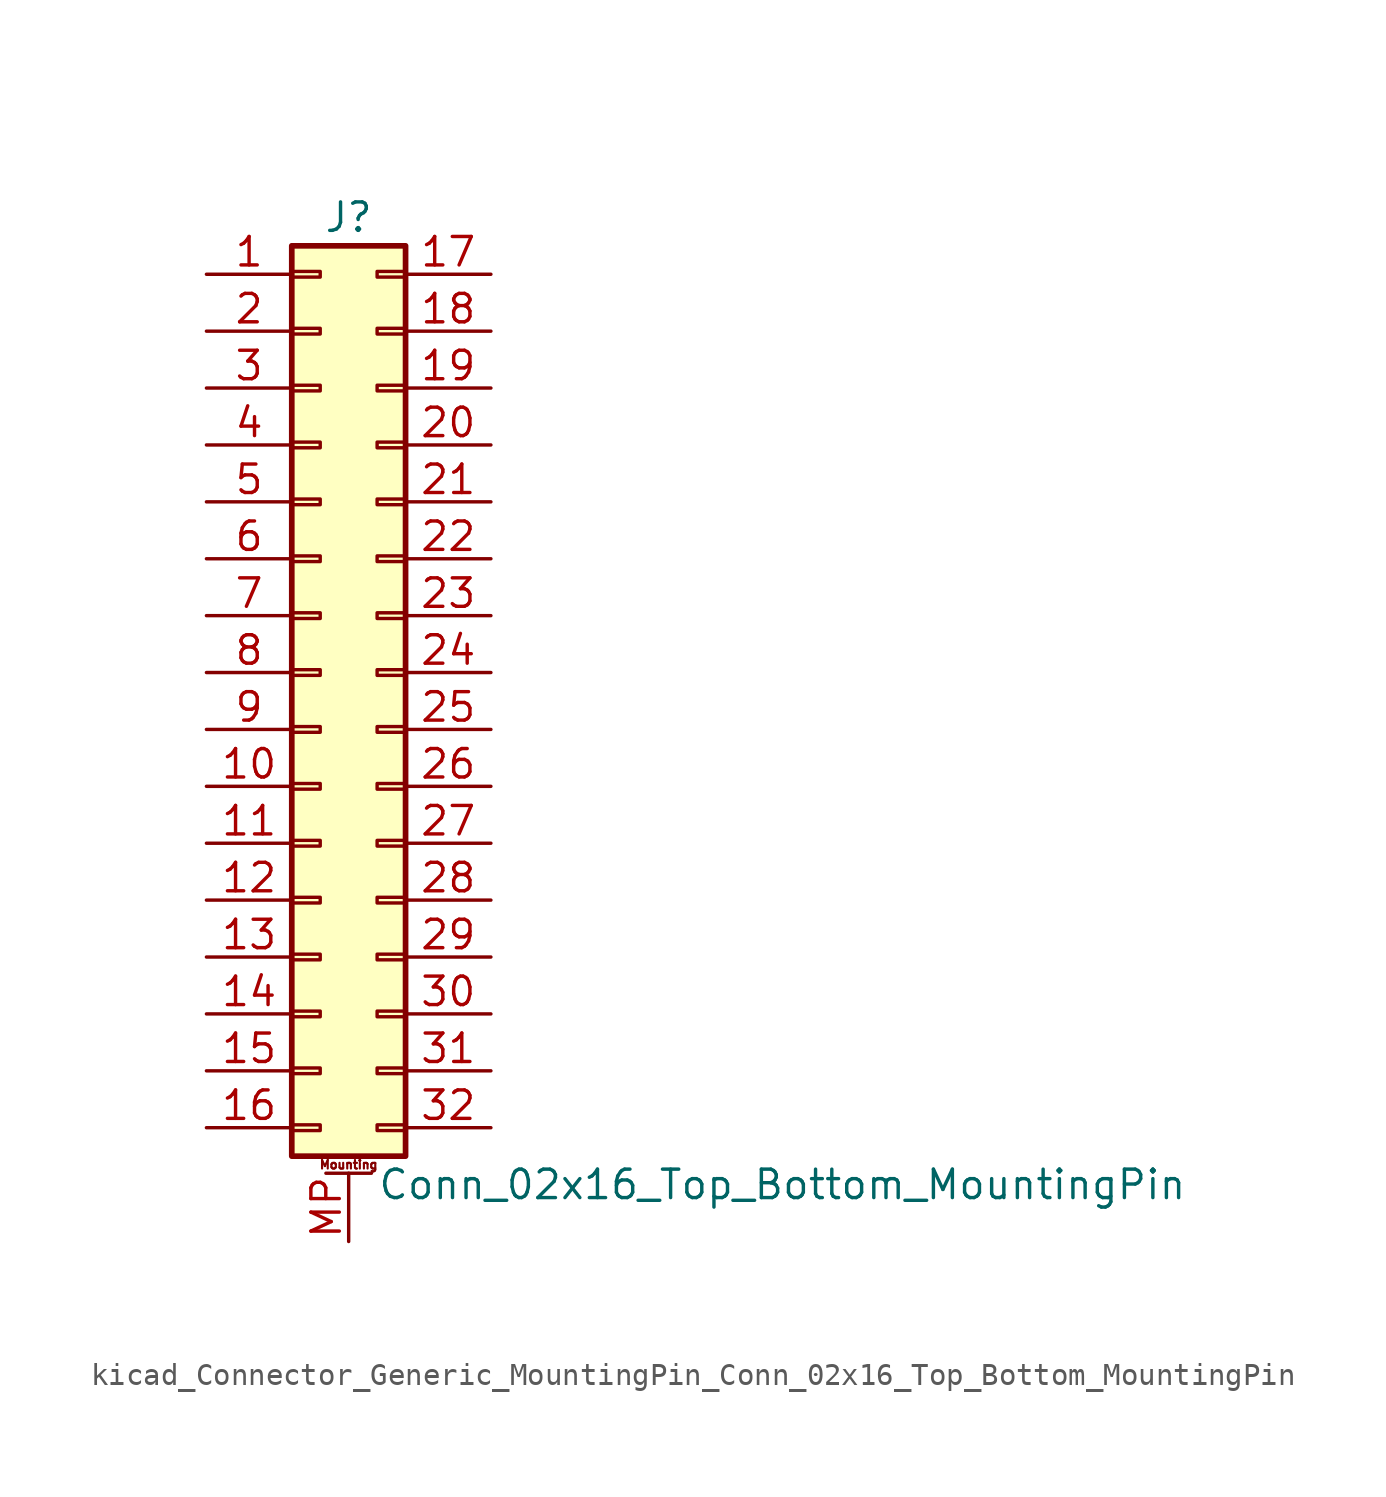
<source format=kicad_sym>
(kicad_symbol_lib
  (version 20220914)
  (generator kicad_symbol_editor)
  (symbol "kicad_Connector_Generic_MountingPin_Conn_02x16_Top_Bottom_MountingPin"
    (pin_names
      (offset 1.016) hide)
    (property "Reference" "J"
      (at 1.27 20.32 0)
      (effects (font (size 1.27 1.27))))
    (property "Value" "Conn_02x16_Top_Bottom_MountingPin"
      (at 2.54 -22.86 0)
      (effects (font (size 1.27 1.27)) (justify left)))
    (symbol "kicad_Connector_Generic_MountingPin_Conn_02x16_Top_Bottom_MountingPin_1_1"
      (rectangle (start -1.27 -20.193) (end 0 -20.447) (stroke (width 0.152) (type default)) (fill (type none)))
      (rectangle (start -1.27 -17.653) (end 0 -17.907) (stroke (width 0.152) (type default)) (fill (type none)))
      (rectangle (start -1.27 -15.113) (end 0 -15.367) (stroke (width 0.152) (type default)) (fill (type none)))
      (rectangle (start -1.27 -12.573) (end 0 -12.827) (stroke (width 0.152) (type default)) (fill (type none)))
      (rectangle (start -1.27 -10.033) (end 0 -10.287) (stroke (width 0.152) (type default)) (fill (type none)))
      (rectangle (start -1.27 -7.493) (end 0 -7.747) (stroke (width 0.152) (type default)) (fill (type none)))
      (rectangle (start -1.27 -4.953) (end 0 -5.207) (stroke (width 0.152) (type default)) (fill (type none)))
      (rectangle (start -1.27 -2.413) (end 0 -2.667) (stroke (width 0.152) (type default)) (fill (type none)))
      (rectangle (start -1.27 0.127) (end 0 -0.127) (stroke (width 0.152) (type default)) (fill (type none)))
      (rectangle (start -1.27 2.667) (end 0 2.413) (stroke (width 0.152) (type default)) (fill (type none)))
      (rectangle (start -1.27 5.207) (end 0 4.953) (stroke (width 0.152) (type default)) (fill (type none)))
      (rectangle (start -1.27 7.747) (end 0 7.493) (stroke (width 0.152) (type default)) (fill (type none)))
      (rectangle (start -1.27 10.287) (end 0 10.033) (stroke (width 0.152) (type default)) (fill (type none)))
      (rectangle (start -1.27 12.827) (end 0 12.573) (stroke (width 0.152) (type default)) (fill (type none)))
      (rectangle (start -1.27 15.367) (end 0 15.113) (stroke (width 0.152) (type default)) (fill (type none)))
      (rectangle (start -1.27 17.907) (end 0 17.653) (stroke (width 0.152) (type default)) (fill (type none)))
      (rectangle (start -1.27 19.05) (end 3.81 -21.59) (stroke (width 0.254) (type default)) (fill (type background)))
      (polyline (pts (xy 0.254 -22.352) (xy 2.286 -22.352)) (stroke (width 0.152) (type default)) (fill (type none)))
      (rectangle (start 3.81 -20.193) (end 2.54 -20.447) (stroke (width 0.152) (type default)) (fill (type none)))
      (rectangle (start 3.81 -17.653) (end 2.54 -17.907) (stroke (width 0.152) (type default)) (fill (type none)))
      (rectangle (start 3.81 -15.113) (end 2.54 -15.367) (stroke (width 0.152) (type default)) (fill (type none)))
      (rectangle (start 3.81 -12.573) (end 2.54 -12.827) (stroke (width 0.152) (type default)) (fill (type none)))
      (rectangle (start 3.81 -10.033) (end 2.54 -10.287) (stroke (width 0.152) (type default)) (fill (type none)))
      (rectangle (start 3.81 -7.493) (end 2.54 -7.747) (stroke (width 0.152) (type default)) (fill (type none)))
      (rectangle (start 3.81 -4.953) (end 2.54 -5.207) (stroke (width 0.152) (type default)) (fill (type none)))
      (rectangle (start 3.81 -2.413) (end 2.54 -2.667) (stroke (width 0.152) (type default)) (fill (type none)))
      (rectangle (start 3.81 0.127) (end 2.54 -0.127) (stroke (width 0.152) (type default)) (fill (type none)))
      (rectangle (start 3.81 2.667) (end 2.54 2.413) (stroke (width 0.152) (type default)) (fill (type none)))
      (rectangle (start 3.81 5.207) (end 2.54 4.953) (stroke (width 0.152) (type default)) (fill (type none)))
      (rectangle (start 3.81 7.747) (end 2.54 7.493) (stroke (width 0.152) (type default)) (fill (type none)))
      (rectangle (start 3.81 10.287) (end 2.54 10.033) (stroke (width 0.152) (type default)) (fill (type none)))
      (rectangle (start 3.81 12.827) (end 2.54 12.573) (stroke (width 0.152) (type default)) (fill (type none)))
      (rectangle (start 3.81 15.367) (end 2.54 15.113) (stroke (width 0.152) (type default)) (fill (type none)))
      (rectangle (start 3.81 17.907) (end 2.54 17.653) (stroke (width 0.152) (type default)) (fill (type none)))
      (text "Mounting" (at 1.27 -21.971 0) (effects (font (size 0.381 0.381))))
      (pin passive line (at -5.08 17.78 0) (length 3.81) (name "Pin_1" (effects (font (size 1.27 1.27)))) (number "1" (effects (font (size 1.27 1.27)))))
      (pin passive line (at -5.08 -5.08 0) (length 3.81) (name "Pin_10" (effects (font (size 1.27 1.27)))) (number "10" (effects (font (size 1.27 1.27)))))
      (pin passive line (at -5.08 -7.62 0) (length 3.81) (name "Pin_11" (effects (font (size 1.27 1.27)))) (number "11" (effects (font (size 1.27 1.27)))))
      (pin passive line (at -5.08 -10.16 0) (length 3.81) (name "Pin_12" (effects (font (size 1.27 1.27)))) (number "12" (effects (font (size 1.27 1.27)))))
      (pin passive line (at -5.08 -12.7 0) (length 3.81) (name "Pin_13" (effects (font (size 1.27 1.27)))) (number "13" (effects (font (size 1.27 1.27)))))
      (pin passive line (at -5.08 -15.24 0) (length 3.81) (name "Pin_14" (effects (font (size 1.27 1.27)))) (number "14" (effects (font (size 1.27 1.27)))))
      (pin passive line (at -5.08 -17.78 0) (length 3.81) (name "Pin_15" (effects (font (size 1.27 1.27)))) (number "15" (effects (font (size 1.27 1.27)))))
      (pin passive line (at -5.08 -20.32 0) (length 3.81) (name "Pin_16" (effects (font (size 1.27 1.27)))) (number "16" (effects (font (size 1.27 1.27)))))
      (pin passive line (at 7.62 17.78 180) (length 3.81) (name "Pin_17" (effects (font (size 1.27 1.27)))) (number "17" (effects (font (size 1.27 1.27)))))
      (pin passive line (at 7.62 15.24 180) (length 3.81) (name "Pin_18" (effects (font (size 1.27 1.27)))) (number "18" (effects (font (size 1.27 1.27)))))
      (pin passive line (at 7.62 12.7 180) (length 3.81) (name "Pin_19" (effects (font (size 1.27 1.27)))) (number "19" (effects (font (size 1.27 1.27)))))
      (pin passive line (at -5.08 15.24 0) (length 3.81) (name "Pin_2" (effects (font (size 1.27 1.27)))) (number "2" (effects (font (size 1.27 1.27)))))
      (pin passive line (at 7.62 10.16 180) (length 3.81) (name "Pin_20" (effects (font (size 1.27 1.27)))) (number "20" (effects (font (size 1.27 1.27)))))
      (pin passive line (at 7.62 7.62 180) (length 3.81) (name "Pin_21" (effects (font (size 1.27 1.27)))) (number "21" (effects (font (size 1.27 1.27)))))
      (pin passive line (at 7.62 5.08 180) (length 3.81) (name "Pin_22" (effects (font (size 1.27 1.27)))) (number "22" (effects (font (size 1.27 1.27)))))
      (pin passive line (at 7.62 2.54 180) (length 3.81) (name "Pin_23" (effects (font (size 1.27 1.27)))) (number "23" (effects (font (size 1.27 1.27)))))
      (pin passive line (at 7.62 0 180) (length 3.81) (name "Pin_24" (effects (font (size 1.27 1.27)))) (number "24" (effects (font (size 1.27 1.27)))))
      (pin passive line (at 7.62 -2.54 180) (length 3.81) (name "Pin_25" (effects (font (size 1.27 1.27)))) (number "25" (effects (font (size 1.27 1.27)))))
      (pin passive line (at 7.62 -5.08 180) (length 3.81) (name "Pin_26" (effects (font (size 1.27 1.27)))) (number "26" (effects (font (size 1.27 1.27)))))
      (pin passive line (at 7.62 -7.62 180) (length 3.81) (name "Pin_27" (effects (font (size 1.27 1.27)))) (number "27" (effects (font (size 1.27 1.27)))))
      (pin passive line (at 7.62 -10.16 180) (length 3.81) (name "Pin_28" (effects (font (size 1.27 1.27)))) (number "28" (effects (font (size 1.27 1.27)))))
      (pin passive line (at 7.62 -12.7 180) (length 3.81) (name "Pin_29" (effects (font (size 1.27 1.27)))) (number "29" (effects (font (size 1.27 1.27)))))
      (pin passive line (at -5.08 12.7 0) (length 3.81) (name "Pin_3" (effects (font (size 1.27 1.27)))) (number "3" (effects (font (size 1.27 1.27)))))
      (pin passive line (at 7.62 -15.24 180) (length 3.81) (name "Pin_30" (effects (font (size 1.27 1.27)))) (number "30" (effects (font (size 1.27 1.27)))))
      (pin passive line (at 7.62 -17.78 180) (length 3.81) (name "Pin_31" (effects (font (size 1.27 1.27)))) (number "31" (effects (font (size 1.27 1.27)))))
      (pin passive line (at 7.62 -20.32 180) (length 3.81) (name "Pin_32" (effects (font (size 1.27 1.27)))) (number "32" (effects (font (size 1.27 1.27)))))
      (pin passive line (at -5.08 10.16 0) (length 3.81) (name "Pin_4" (effects (font (size 1.27 1.27)))) (number "4" (effects (font (size 1.27 1.27)))))
      (pin passive line (at -5.08 7.62 0) (length 3.81) (name "Pin_5" (effects (font (size 1.27 1.27)))) (number "5" (effects (font (size 1.27 1.27)))))
      (pin passive line (at -5.08 5.08 0) (length 3.81) (name "Pin_6" (effects (font (size 1.27 1.27)))) (number "6" (effects (font (size 1.27 1.27)))))
      (pin passive line (at -5.08 2.54 0) (length 3.81) (name "Pin_7" (effects (font (size 1.27 1.27)))) (number "7" (effects (font (size 1.27 1.27)))))
      (pin passive line (at -5.08 0 0) (length 3.81) (name "Pin_8" (effects (font (size 1.27 1.27)))) (number "8" (effects (font (size 1.27 1.27)))))
      (pin passive line (at -5.08 -2.54 0) (length 3.81) (name "Pin_9" (effects (font (size 1.27 1.27)))) (number "9" (effects (font (size 1.27 1.27)))))
      (pin passive line (at 1.27 -25.4 90) (length 3.048) (name "MountPin" (effects (font (size 1.27 1.27)))) (number "MP" (effects (font (size 1.27 1.27))))))))
</source>
